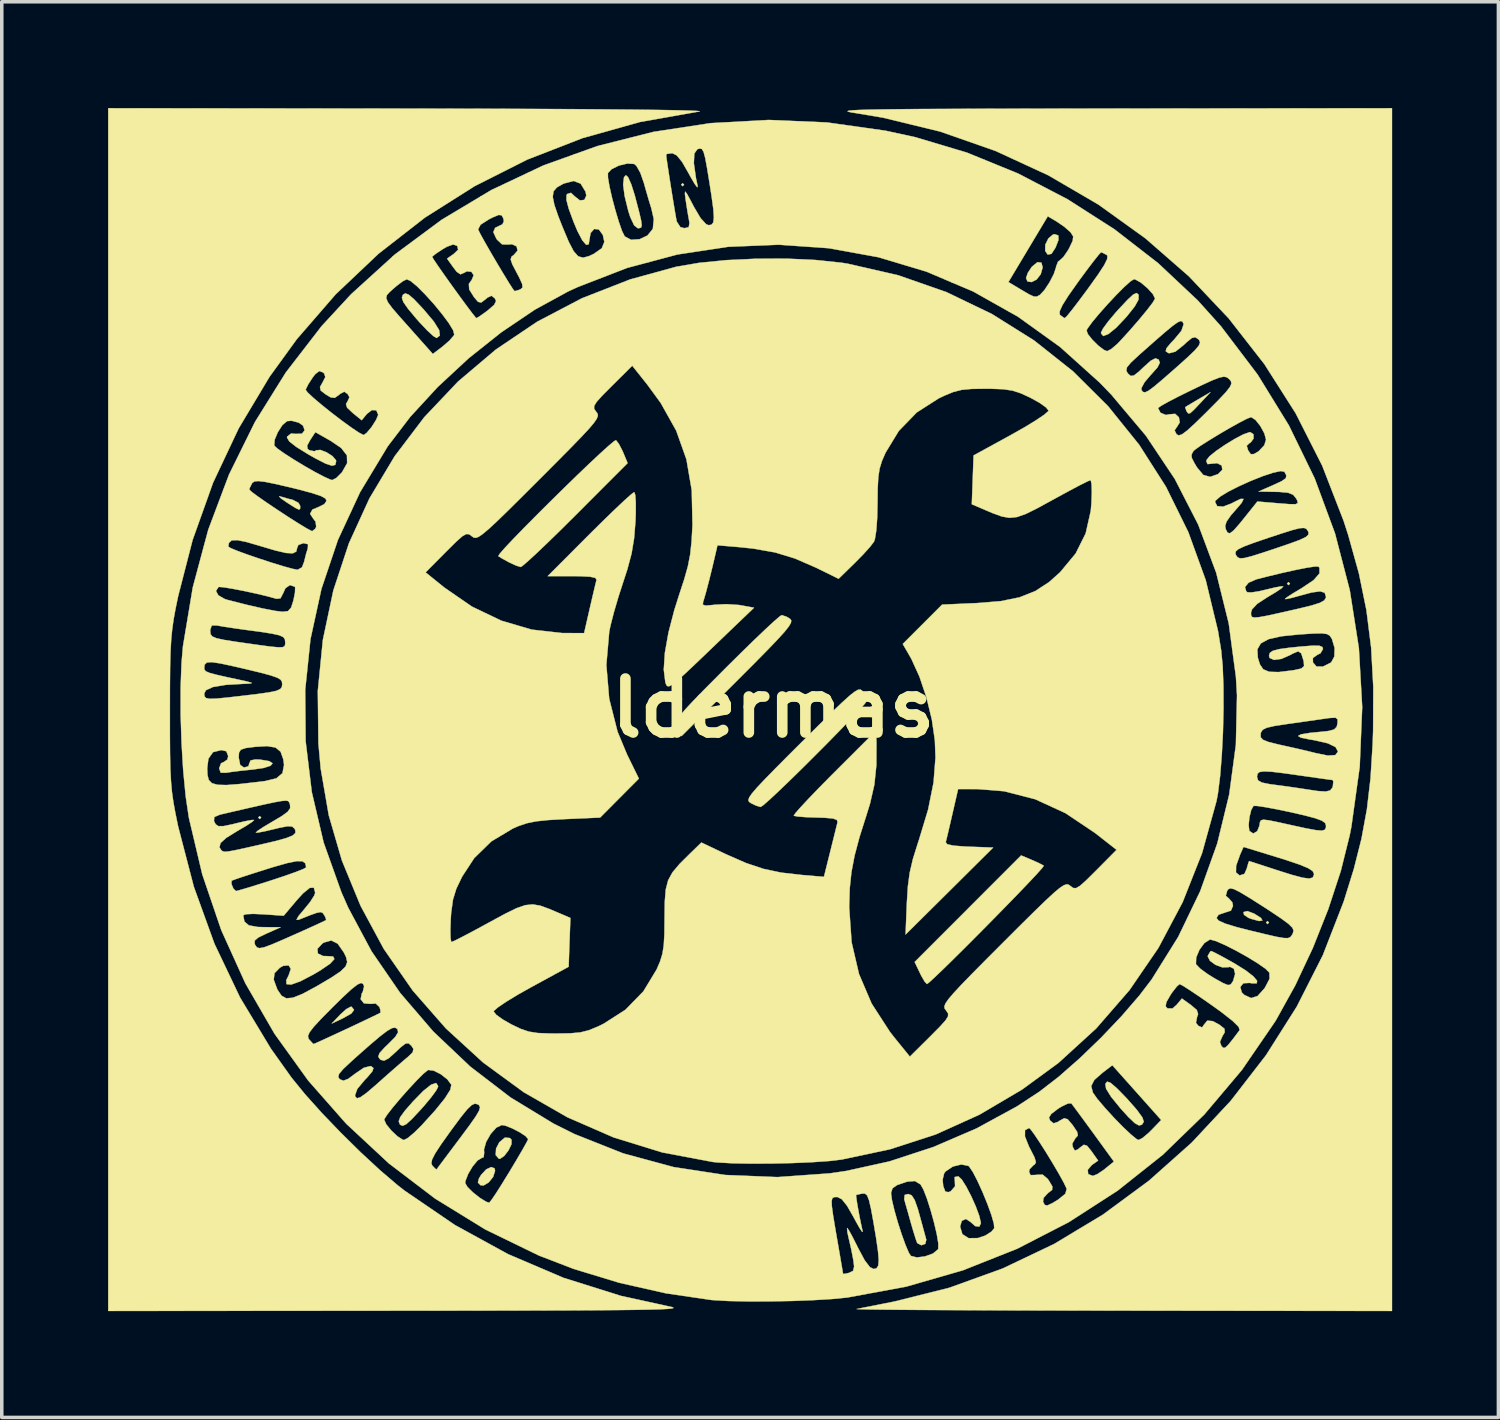
<source format=kicad_pcb>
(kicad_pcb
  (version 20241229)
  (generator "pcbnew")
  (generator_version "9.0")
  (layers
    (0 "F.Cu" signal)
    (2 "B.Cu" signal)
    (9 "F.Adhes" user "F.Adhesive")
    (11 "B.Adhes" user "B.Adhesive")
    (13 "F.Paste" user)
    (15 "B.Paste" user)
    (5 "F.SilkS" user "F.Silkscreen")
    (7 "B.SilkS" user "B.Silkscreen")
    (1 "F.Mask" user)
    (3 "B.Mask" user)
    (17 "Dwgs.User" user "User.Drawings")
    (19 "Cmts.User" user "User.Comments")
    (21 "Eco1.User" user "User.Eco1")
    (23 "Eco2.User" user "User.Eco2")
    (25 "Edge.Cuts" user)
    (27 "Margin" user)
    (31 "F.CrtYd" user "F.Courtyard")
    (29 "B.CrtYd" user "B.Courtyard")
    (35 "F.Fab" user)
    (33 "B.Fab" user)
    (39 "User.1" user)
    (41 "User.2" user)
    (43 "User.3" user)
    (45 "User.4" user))
  (footprint "bhv-soldermask-silk"
    (layer "F.Cu")
    (at 18.124 16.938)
    (property "Reference" "bhv-soldermask-silk" (at 0 0 0) (layer "F.SilkS") (effects (font (size 1.524 1.524) (thickness 0.3))))
    (attr through_hole)
    (fp_poly (pts (xy -13.801 3.09) (xy -13.843 3.133) (xy -13.885 3.09) (xy -13.843 3.048) (xy -13.801 3.09)) (stroke (width 0.01) (type solid)) (fill yes) (layer "F.SilkS"))
    (fp_poly (pts (xy -1.863 -14.774) (xy -1.905 -14.732) (xy -1.947 -14.774) (xy -1.905 -14.817) (xy -1.863 -14.774)) (stroke (width 0.01) (type solid)) (fill yes) (layer "F.SilkS"))
    (fp_poly (pts (xy 14.647 6.054) (xy 14.605 6.096) (xy 14.563 6.054) (xy 14.605 6.011) (xy 14.647 6.054)) (stroke (width 0.01) (type solid)) (fill yes) (layer "F.SilkS"))
    (fp_poly (pts (xy 15.24 -3.514) (xy 15.198 -3.471) (xy 15.155 -3.514) (xy 15.198 -3.556) (xy 15.24 -3.514)) (stroke (width 0.01) (type solid)) (fill yes) (layer "F.SilkS"))
    (fp_poly (pts (xy -11.248 8.432) (xy -11.18 8.52) (xy -11.258 8.623) (xy -11.491 8.753) (xy -11.493 8.755) (xy -11.811 8.905) (xy -11.565 8.647) (xy -11.399 8.497) (xy -11.274 8.43) (xy -11.248 8.432)) (stroke (width 0.01) (type solid)) (fill yes) (layer "F.SilkS"))
    (fp_poly (pts (xy 14.229 5.802) (xy 14.42 5.923) (xy 14.461 5.996) (xy 14.367 6.01) (xy 14.153 5.953) (xy 14.07 5.922) (xy 13.942 5.835) (xy 13.927 5.758) (xy 14.038 5.73) (xy 14.229 5.802)) (stroke (width 0.01) (type solid)) (fill yes) (layer "F.SilkS"))
    (fp_poly (pts (xy 8.222 -12.574) (xy 8.258 -12.441) (xy 8.203 -12.247) (xy 8.089 -12.099) (xy 7.946 -12.026) (xy 7.829 -12.044) (xy 7.789 -12.14) (xy 7.84 -12.287) (xy 7.953 -12.458) (xy 8.111 -12.587) (xy 8.222 -12.574)) (stroke (width 0.01) (type solid)) (fill yes) (layer "F.SilkS"))
    (fp_poly (pts (xy 8.701 -13.341) (xy 8.704 -13.213) (xy 8.622 -13) (xy 8.506 -12.822) (xy 8.4 -12.802) (xy 8.33 -12.905) (xy 8.332 -13.08) (xy 8.42 -13.259) (xy 8.552 -13.369) (xy 8.597 -13.377) (xy 8.701 -13.341)) (stroke (width 0.01) (type solid)) (fill yes) (layer "F.SilkS"))
    (fp_poly (pts (xy -7.214 12.991) (xy -7.199 13.06) (xy -7.254 13.234) (xy -7.379 13.389) (xy -7.525 13.476) (xy -7.613 13.467) (xy -7.684 13.392) (xy -7.654 13.277) (xy -7.59 13.173) (xy -7.449 13.021) (xy -7.309 12.956) (xy -7.214 12.991)) (stroke (width 0.01) (type solid)) (fill yes) (layer "F.SilkS"))
    (fp_poly (pts (xy -6.781 12.136) (xy -6.734 12.187) (xy -6.737 12.312) (xy -6.82 12.484) (xy -6.941 12.641) (xy -7.058 12.722) (xy -7.091 12.722) (xy -7.182 12.616) (xy -7.171 12.434) (xy -7.079 12.255) (xy -6.922 12.124) (xy -6.781 12.136)) (stroke (width 0.01) (type solid)) (fill yes) (layer "F.SilkS"))
    (fp_poly (pts (xy -13.264 -5.975) (xy -13.054 -5.914) (xy -12.904 -5.875) (xy -12.749 -5.794) (xy -12.7 -5.706) (xy -12.703 -5.624) (xy -12.736 -5.603) (xy -12.836 -5.651) (xy -13.037 -5.778) (xy -13.081 -5.807) (xy -13.244 -5.92) (xy -13.297 -5.977) (xy -13.264 -5.975)) (stroke (width 0.01) (type solid)) (fill yes) (layer "F.SilkS"))
    (fp_poly (pts (xy 12.705 -8.608) (xy 12.522 -8.415) (xy 12.422 -8.325) (xy 12.368 -8.317) (xy 12.326 -8.371) (xy 12.316 -8.388) (xy 12.282 -8.486) (xy 12.289 -8.5) (xy 12.374 -8.552) (xy 12.554 -8.659) (xy 12.658 -8.72) (xy 12.996 -8.918) (xy 12.705 -8.608)) (stroke (width 0.01) (type solid)) (fill yes) (layer "F.SilkS"))
    (fp_poly (pts (xy -3.442 -14.982) (xy -3.355 -14.785) (xy -3.258 -14.481) (xy -3.23 -14.375) (xy -3.132 -14.001) (xy -3.076 -13.761) (xy -3.059 -13.625) (xy -3.078 -13.564) (xy -3.133 -13.547) (xy -3.173 -13.547) (xy -3.274 -13.628) (xy -3.382 -13.858) (xy -3.437 -14.027) (xy -3.542 -14.454) (xy -3.584 -14.78) (xy -3.56 -14.984) (xy -3.506 -15.043) (xy -3.442 -14.982)) (stroke (width 0.01) (type solid)) (fill yes) (layer "F.SilkS"))
    (fp_poly (pts (xy -9.637 -11.67) (xy -9.485 -11.539) (xy -9.256 -11.297) (xy -9.212 -11.249) (xy -8.929 -10.912) (xy -8.778 -10.67) (xy -8.758 -10.516) (xy -8.848 -10.448) (xy -8.937 -10.498) (xy -9.105 -10.651) (xy -9.32 -10.877) (xy -9.417 -10.986) (xy -9.653 -11.269) (xy -9.786 -11.458) (xy -9.83 -11.581) (xy -9.802 -11.665) (xy -9.801 -11.667) (xy -9.733 -11.707) (xy -9.637 -11.67)) (stroke (width 0.01) (type solid)) (fill yes) (layer "F.SilkS"))
    (fp_poly (pts (xy -8.808 10.669) (xy -8.808 10.689) (xy -8.863 10.797) (xy -9.007 10.992) (xy -9.213 11.239) (xy -9.298 11.334) (xy -9.541 11.594) (xy -9.701 11.741) (xy -9.804 11.791) (xy -9.875 11.763) (xy -9.887 11.749) (xy -9.919 11.666) (xy -9.877 11.548) (xy -9.746 11.367) (xy -9.517 11.105) (xy -9.225 10.806) (xy -9.004 10.63) (xy -8.862 10.583) (xy -8.808 10.669)) (stroke (width 0.01) (type solid)) (fill yes) (layer "F.SilkS"))
    (fp_poly (pts (xy 10.169 10.574) (xy 10.333 10.713) (xy 10.382 10.76) (xy 10.628 11.013) (xy 10.871 11.287) (xy 10.929 11.357) (xy 11.073 11.556) (xy 11.113 11.677) (xy 11.06 11.76) (xy 11.06 11.76) (xy 10.979 11.781) (xy 10.862 11.718) (xy 10.685 11.551) (xy 10.459 11.303) (xy 10.19 10.973) (xy 10.048 10.744) (xy 10.027 10.61) (xy 10.078 10.544) (xy 10.169 10.574)) (stroke (width 0.01) (type solid)) (fill yes) (layer "F.SilkS"))
    (fp_poly (pts (xy 10.957 -11.681) (xy 10.967 -11.659) (xy 10.964 -11.531) (xy 10.86 -11.342) (xy 10.643 -11.068) (xy 10.605 -11.024) (xy 10.331 -10.735) (xy 10.114 -10.559) (xy 9.969 -10.503) (xy 9.907 -10.576) (xy 9.906 -10.6) (xy 9.96 -10.711) (xy 10.104 -10.908) (xy 10.312 -11.157) (xy 10.406 -11.262) (xy 10.651 -11.523) (xy 10.809 -11.669) (xy 10.904 -11.717) (xy 10.957 -11.681)) (stroke (width 0.01) (type solid)) (fill yes) (layer "F.SilkS"))
    (fp_poly (pts (xy 4.561 13.754) (xy 4.647 13.889) (xy 4.738 14.149) (xy 4.776 14.287) (xy 4.861 14.597) (xy 4.932 14.857) (xy 4.973 15.007) (xy 4.945 15.122) (xy 4.835 15.163) (xy 4.724 15.106) (xy 4.714 15.092) (xy 4.674 14.982) (xy 4.605 14.76) (xy 4.535 14.52) (xy 4.453 14.226) (xy 4.383 13.982) (xy 4.35 13.864) (xy 4.363 13.742) (xy 4.464 13.716) (xy 4.561 13.754)) (stroke (width 0.01) (type solid)) (fill yes) (layer "F.SilkS"))
    (fp_poly (pts (xy 7.948 4.284) (xy 8.152 4.375) (xy 8.278 4.442) (xy 8.289 4.451) (xy 8.242 4.517) (xy 8.093 4.684) (xy 7.86 4.932) (xy 7.562 5.244) (xy 7.217 5.599) (xy 6.844 5.979) (xy 6.461 6.367) (xy 6.087 6.742) (xy 5.739 7.087) (xy 5.437 7.383) (xy 5.199 7.61) (xy 5.044 7.751) (xy 4.991 7.789) (xy 4.927 7.721) (xy 4.828 7.549) (xy 4.794 7.478) (xy 4.645 7.167) (xy 7.65 4.159) (xy 7.948 4.284)) (stroke (width 0.01) (type solid)) (fill yes) (layer "F.SilkS"))
    (fp_poly (pts (xy 1.031 -2.579) (xy 1.128 -2.519) (xy 1.161 -2.476) (xy 1.153 -2.41) (xy 1.094 -2.307) (xy 0.972 -2.153) (xy 0.774 -1.935) (xy 0.489 -1.638) (xy 0.106 -1.249) (xy -0.332 -0.81) (xy -1.937 0.792) (xy -2.043 0.561) (xy -2.072 0.486) (xy -2.078 0.411) (xy -2.047 0.322) (xy -1.967 0.2) (xy -1.825 0.031) (xy -1.608 -0.202) (xy -1.303 -0.515) (xy -0.896 -0.924) (xy -0.673 -1.148) (xy -0.262 -1.555) (xy 0.112 -1.92) (xy 0.432 -2.225) (xy 0.681 -2.455) (xy 0.841 -2.592) (xy 0.893 -2.625) (xy 1.031 -2.579)) (stroke (width 0.01) (type solid)) (fill yes) (layer "F.SilkS"))
    (fp_poly (pts (xy -3.705 -7.459) (xy -3.604 -7.263) (xy -3.583 -7.215) (xy -3.458 -6.916) (xy -4.924 -5.448) (xy -5.333 -5.041) (xy -5.706 -4.678) (xy -6.023 -4.375) (xy -6.27 -4.148) (xy -6.427 -4.013) (xy -6.476 -3.983) (xy -6.604 -4.022) (xy -6.8 -4.113) (xy -6.816 -4.121) (xy -6.999 -4.222) (xy -7.104 -4.287) (xy -7.108 -4.29) (xy -7.066 -4.359) (xy -6.919 -4.527) (xy -6.687 -4.774) (xy -6.388 -5.082) (xy -6.041 -5.432) (xy -5.665 -5.807) (xy -5.278 -6.188) (xy -4.9 -6.556) (xy -4.548 -6.893) (xy -4.242 -7.18) (xy -4 -7.399) (xy -3.841 -7.532) (xy -3.786 -7.563) (xy -3.705 -7.459)) (stroke (width 0.01) (type solid)) (fill yes) (layer "F.SilkS"))
    (fp_poly (pts (xy 3.16 -0.494) (xy 3.179 -0.471) (xy 3.275 -0.307) (xy 3.302 -0.216) (xy 3.244 -0.131) (xy 3.085 0.05) (xy 2.843 0.308) (xy 2.54 0.624) (xy 2.195 0.976) (xy 1.828 1.345) (xy 1.46 1.711) (xy 1.11 2.054) (xy 0.798 2.353) (xy 0.545 2.589) (xy 0.37 2.742) (xy 0.295 2.791) (xy 0.163 2.751) (xy 0.023 2.683) (xy -0.029 2.647) (xy -0.05 2.599) (xy -0.027 2.525) (xy 0.05 2.412) (xy 0.193 2.245) (xy 0.414 2.01) (xy 0.725 1.692) (xy 1.137 1.278) (xy 1.445 0.971) (xy 1.927 0.492) (xy 2.304 0.121) (xy 2.59 -0.153) (xy 2.8 -0.343) (xy 2.947 -0.46) (xy 3.047 -0.517) (xy 3.113 -0.524) (xy 3.16 -0.494)) (stroke (width 0.01) (type solid)) (fill yes) (layer "F.SilkS"))
    (fp_poly (pts (xy 18.119 17.018) (xy 10.477 17.008) (xy 9.361 17.006) (xy 8.296 17.004) (xy 7.297 17.001) (xy 6.373 16.997) (xy 5.536 16.993) (xy 4.799 16.989) (xy 4.172 16.984) (xy 3.668 16.979) (xy 3.298 16.974) (xy 3.072 16.968) (xy 3.004 16.963) (xy 3.006 16.963) (xy 3.157 16.932) (xy 3.431 16.878) (xy 3.785 16.808) (xy 4.064 16.753) (xy 5.622 16.363) (xy 7.131 15.818) (xy 8.58 15.127) (xy 9.959 14.298) (xy 11.256 13.342) (xy 12.463 12.268) (xy 13.568 11.085) (xy 14.56 9.802) (xy 15.43 8.429) (xy 16.167 6.975) (xy 16.756 5.461) (xy 17.042 4.541) (xy 17.257 3.691) (xy 17.411 2.856) (xy 17.513 1.982) (xy 17.573 1.016) (xy 17.586 0.635) (xy 17.591 -0.593) (xy 17.53 -1.711) (xy 17.397 -2.765) (xy 17.184 -3.806) (xy 16.885 -4.879) (xy 16.753 -5.287) (xy 16.148 -6.845) (xy 15.399 -8.323) (xy 14.516 -9.71) (xy 13.509 -11.001) (xy 12.387 -12.187) (xy 11.158 -13.26) (xy 9.833 -14.213) (xy 8.42 -15.038) (xy 6.928 -15.727) (xy 5.368 -16.273) (xy 3.747 -16.667) (xy 2.979 -16.796) (xy 2.853 -16.816) (xy 2.773 -16.834) (xy 2.748 -16.849) (xy 2.786 -16.863) (xy 2.897 -16.875) (xy 3.088 -16.885) (xy 3.369 -16.893) (xy 3.749 -16.9) (xy 4.235 -16.906) (xy 4.837 -16.911) (xy 5.563 -16.914) (xy 6.423 -16.918) (xy 7.424 -16.92) (xy 8.575 -16.922) (xy 9.886 -16.924) (xy 10.139 -16.924) (xy 18.119 -16.933) (xy 18.119 17.018)) (stroke (width 0.01) (type solid)) (fill yes) (layer "F.SilkS"))
    (fp_poly (pts (xy -9.504 -16.923) (xy -8.221 -16.92) (xy -7.024 -16.917) (xy -5.921 -16.912) (xy -4.918 -16.907) (xy -4.025 -16.9) (xy -3.25 -16.893) (xy -2.6 -16.885) (xy -2.084 -16.876) (xy -1.71 -16.866) (xy -1.485 -16.856) (xy -1.419 -16.846) (xy -1.439 -16.841) (xy -3.111 -16.544) (xy -4.731 -16.089) (xy -6.289 -15.484) (xy -7.774 -14.735) (xy -9.178 -13.847) (xy -10.489 -12.826) (xy -11.699 -11.68) (xy -12.796 -10.414) (xy -13.563 -9.356) (xy -14.435 -7.899) (xy -15.159 -6.364) (xy -15.737 -4.746) (xy -16.145 -3.161) (xy -16.217 -2.814) (xy -16.272 -2.513) (xy -16.313 -2.226) (xy -16.342 -1.925) (xy -16.361 -1.578) (xy -16.372 -1.154) (xy -16.377 -0.624) (xy -16.378 0.043) (xy -16.378 0.085) (xy -16.378 0.758) (xy -16.374 1.293) (xy -16.365 1.72) (xy -16.347 2.068) (xy -16.32 2.369) (xy -16.28 2.653) (xy -16.226 2.95) (xy -16.156 3.292) (xy -16.145 3.344) (xy -15.702 5.045) (xy -15.121 6.651) (xy -14.396 8.173) (xy -13.525 9.617) (xy -12.944 10.433) (xy -12.566 10.897) (xy -12.09 11.428) (xy -11.553 11.987) (xy -10.993 12.539) (xy -10.445 13.046) (xy -9.947 13.471) (xy -9.755 13.621) (xy -8.331 14.593) (xy -6.833 15.414) (xy -5.269 16.082) (xy -3.646 16.592) (xy -2.328 16.881) (xy -2.228 16.902) (xy -2.17 16.919) (xy -2.165 16.935) (xy -2.22 16.949) (xy -2.345 16.961) (xy -2.547 16.971) (xy -2.837 16.979) (xy -3.222 16.986) (xy -3.712 16.992) (xy -4.315 16.997) (xy -5.041 17.001) (xy -5.897 17.004) (xy -6.893 17.006) (xy -8.037 17.008) (xy -9.338 17.01) (xy -9.885 17.01) (xy -18.119 17.018) (xy -18.119 -16.933) (xy -9.504 -16.923)) (stroke (width 0.01) (type solid)) (fill yes) (layer "F.SilkS"))
    (fp_poly (pts (xy 1.85 -12.649) (xy 2.581 -12.572) (xy 2.752 -12.545) (xy 4.183 -12.217) (xy 5.544 -11.741) (xy 6.824 -11.125) (xy 8.016 -10.378) (xy 9.113 -9.508) (xy 10.104 -8.523) (xy 10.983 -7.432) (xy 11.741 -6.244) (xy 12.37 -4.967) (xy 12.862 -3.61) (xy 13.207 -2.181) (xy 13.298 -1.624) (xy 13.34 -1.182) (xy 13.361 -0.623) (xy 13.363 0.009) (xy 13.348 0.671) (xy 13.315 1.319) (xy 13.268 1.91) (xy 13.207 2.402) (xy 13.165 2.625) (xy 12.757 4.096) (xy 12.209 5.48) (xy 11.525 6.77) (xy 10.709 7.961) (xy 9.767 9.045) (xy 8.702 10.017) (xy 7.674 10.769) (xy 6.473 11.477) (xy 5.241 12.034) (xy 3.947 12.454) (xy 2.582 12.744) (xy 2.225 12.786) (xy 1.745 12.819) (xy 1.188 12.843) (xy 0.598 12.856) (xy 0.022 12.859) (xy -0.497 12.849) (xy -0.913 12.826) (xy -1.058 12.811) (xy -2.48 12.543) (xy -3.851 12.12) (xy -5.158 11.55) (xy -6.392 10.842) (xy -7.538 10.004) (xy -8.586 9.044) (xy -9.524 7.973) (xy -10.34 6.798) (xy -10.996 5.581) (xy -11.522 4.304) (xy -11.894 3.025) (xy -12.122 1.704) (xy -12.186 0.998) (xy -12.203 -0.484) (xy -12.06 -1.927) (xy -11.765 -3.32) (xy -11.596 -3.831) (xy -9.161 -3.831) (xy -8.625 -3.398) (xy -7.85 -2.864) (xy -7.021 -2.467) (xy -6.164 -2.215) (xy -5.307 -2.119) (xy -5.243 -2.118) (xy -4.686 -2.117) (xy -4.526 -2.815) (xy -4.449 -3.148) (xy -4.384 -3.423) (xy -4.342 -3.594) (xy -4.336 -3.619) (xy -4.367 -3.675) (xy -4.515 -3.708) (xy -4.799 -3.723) (xy -5.009 -3.725) (xy -5.713 -3.725) (xy -4.53 -4.911) (xy -4.163 -5.274) (xy -3.835 -5.592) (xy -3.565 -5.847) (xy -3.372 -6.021) (xy -3.276 -6.095) (xy -3.271 -6.096) (xy -3.242 -6.017) (xy -3.227 -5.804) (xy -3.228 -5.491) (xy -3.236 -5.271) (xy -3.275 -4.791) (xy -3.346 -4.364) (xy -3.466 -3.914) (xy -3.583 -3.556) (xy -3.72 -3.131) (xy -3.845 -2.705) (xy -3.939 -2.338) (xy -3.976 -2.165) (xy -4.058 -1.218) (xy -3.978 -0.266) (xy -3.742 0.665) (xy -3.473 1.312) (xy -3.14 1.99) (xy -3.687 2.54) (xy -4.234 3.09) (xy -5.229 3.134) (xy -5.694 3.16) (xy -6.037 3.196) (xy -6.304 3.25) (xy -6.542 3.331) (xy -6.699 3.4) (xy -7.304 3.762) (xy -7.788 4.235) (xy -8.13 4.759) (xy -8.293 5.098) (xy -8.388 5.408) (xy -8.438 5.77) (xy -8.45 5.946) (xy -8.461 6.255) (xy -8.457 6.486) (xy -8.437 6.599) (xy -8.431 6.604) (xy -8.339 6.565) (xy -8.129 6.459) (xy -7.828 6.301) (xy -7.465 6.104) (xy -7.355 6.044) (xy -6.921 5.809) (xy -6.598 5.65) (xy -6.348 5.563) (xy -6.135 5.541) (xy -5.921 5.578) (xy -5.67 5.669) (xy -5.479 5.75) (xy -5.073 5.924) (xy -5.098 6.612) (xy -5.122 7.301) (xy -6.181 7.878) (xy -6.56 8.091) (xy -6.879 8.285) (xy -7.111 8.442) (xy -7.229 8.543) (xy -7.239 8.563) (xy -7.169 8.655) (xy -6.985 8.788) (xy -6.737 8.93) (xy -6.472 9.056) (xy -6.244 9.133) (xy -5.993 9.172) (xy -5.659 9.185) (xy -5.465 9.186) (xy -5.075 9.18) (xy -4.791 9.154) (xy -4.552 9.094) (xy -4.294 8.987) (xy -4.137 8.911) (xy -3.519 8.515) (xy -3.013 7.996) (xy -2.64 7.381) (xy -2.541 7.15) (xy -2.476 6.939) (xy -2.438 6.699) (xy -2.42 6.386) (xy -2.415 5.952) (xy -2.415 5.927) (xy -2.409 5.462) (xy -2.381 5.121) (xy -2.314 4.861) (xy -2.191 4.636) (xy -1.995 4.403) (xy -1.711 4.12) (xy -1.375 3.795) (xy -0.666 4.132) (xy -0.114 4.374) (xy 0.376 4.538) (xy 0.878 4.644) (xy 1.464 4.711) (xy 2.084 4.763) (xy 2.261 4.054) (xy 2.345 3.716) (xy 2.415 3.434) (xy 2.46 3.253) (xy 2.468 3.222) (xy 2.45 3.157) (xy 2.338 3.116) (xy 2.104 3.096) (xy 1.885 3.089) (xy 1.58 3.079) (xy 1.348 3.061) (xy 1.235 3.04) (xy 1.232 3.038) (xy 1.276 2.969) (xy 1.424 2.8) (xy 1.658 2.549) (xy 1.96 2.235) (xy 2.313 1.878) (xy 2.374 1.817) (xy 3.556 0.637) (xy 3.567 0.975) (xy 3.564 1.612) (xy 3.507 2.163) (xy 3.383 2.703) (xy 3.289 3.006) (xy 3.089 3.638) (xy 2.949 4.164) (xy 2.86 4.632) (xy 2.812 5.089) (xy 2.797 5.585) (xy 2.797 5.63) (xy 2.865 6.61) (xy 3.074 7.507) (xy 3.431 8.342) (xy 3.945 9.136) (xy 4.075 9.303) (xy 4.509 9.838) (xy 5.089 9.263) (xy 5.354 8.995) (xy 5.515 8.817) (xy 5.587 8.701) (xy 5.588 8.618) (xy 5.535 8.539) (xy 5.527 8.53) (xy 5.491 8.48) (xy 5.483 8.421) (xy 5.514 8.338) (xy 5.597 8.218) (xy 5.742 8.047) (xy 5.961 7.811) (xy 6.267 7.496) (xy 6.67 7.089) (xy 7.133 6.625) (xy 7.637 6.122) (xy 8.036 5.728) (xy 8.343 5.431) (xy 8.572 5.218) (xy 8.738 5.079) (xy 8.854 5.002) (xy 8.935 4.974) (xy 8.993 4.985) (xy 9.038 5.019) (xy 9.118 5.077) (xy 9.199 5.083) (xy 9.311 5.018) (xy 9.481 4.867) (xy 9.738 4.613) (xy 9.77 4.581) (xy 10.345 4.001) (xy 9.737 3.525) (xy 8.903 2.966) (xy 8.048 2.573) (xy 7.171 2.347) (xy 6.428 2.287) (xy 5.871 2.286) (xy 5.711 2.985) (xy 5.634 3.317) (xy 5.57 3.591) (xy 5.528 3.76) (xy 5.522 3.785) (xy 5.565 3.843) (xy 5.744 3.883) (xy 6.074 3.908) (xy 6.177 3.912) (xy 6.861 3.937) (xy 5.625 5.165) (xy 4.388 6.392) (xy 4.424 5.503) (xy 4.453 5.036) (xy 4.505 4.647) (xy 4.594 4.264) (xy 4.735 3.813) (xy 4.767 3.717) (xy 5.025 2.863) (xy 5.178 2.101) (xy 5.233 1.394) (xy 5.215 0.908) (xy 5.13 0.324) (xy 4.979 -0.296) (xy 4.78 -0.888) (xy 4.554 -1.384) (xy 4.526 -1.434) (xy 4.309 -1.81) (xy 5.42 -2.921) (xy 6.414 -2.965) (xy 7.073 -3.019) (xy 7.606 -3.127) (xy 8.05 -3.303) (xy 8.445 -3.561) (xy 8.753 -3.838) (xy 9.19 -4.365) (xy 9.472 -4.93) (xy 9.616 -5.568) (xy 9.634 -5.779) (xy 9.645 -6.087) (xy 9.639 -6.318) (xy 9.616 -6.43) (xy 9.609 -6.435) (xy 9.515 -6.396) (xy 9.302 -6.289) (xy 9 -6.129) (xy 8.638 -5.932) (xy 8.534 -5.875) (xy 8.102 -5.639) (xy 7.781 -5.48) (xy 7.532 -5.393) (xy 7.319 -5.371) (xy 7.104 -5.409) (xy 6.851 -5.501) (xy 6.664 -5.58) (xy 6.258 -5.754) (xy 6.283 -6.443) (xy 6.308 -7.132) (xy 7.366 -7.712) (xy 7.745 -7.926) (xy 8.064 -8.121) (xy 8.296 -8.277) (xy 8.414 -8.378) (xy 8.424 -8.398) (xy 8.354 -8.487) (xy 8.17 -8.618) (xy 7.916 -8.759) (xy 7.644 -8.885) (xy 7.408 -8.962) (xy 7.148 -9.001) (xy 6.801 -9.014) (xy 6.645 -9.015) (xy 6.257 -9.01) (xy 5.974 -8.984) (xy 5.735 -8.923) (xy 5.476 -8.816) (xy 5.322 -8.742) (xy 4.704 -8.346) (xy 4.198 -7.825) (xy 3.824 -7.211) (xy 3.721 -6.975) (xy 3.655 -6.759) (xy 3.618 -6.514) (xy 3.601 -6.192) (xy 3.597 -5.8) (xy 3.587 -5.365) (xy 3.561 -5.009) (xy 3.522 -4.769) (xy 3.497 -4.699) (xy 3.389 -4.557) (xy 3.198 -4.344) (xy 2.963 -4.105) (xy 2.948 -4.09) (xy 2.498 -3.651) (xy 1.852 -3.968) (xy 1.27 -4.221) (xy 0.705 -4.394) (xy 0.085 -4.503) (xy -0.309 -4.544) (xy -0.922 -4.596) (xy -0.978 -4.351) (xy -1.067 -3.973) (xy -1.159 -3.6) (xy -1.243 -3.28) (xy -1.307 -3.058) (xy -1.326 -3.001) (xy -1.335 -2.92) (xy -1.255 -2.893) (xy -1.05 -2.911) (xy -1.007 -2.917) (xy -0.67 -2.934) (xy -0.318 -2.911) (xy -0.262 -2.902) (xy 0.111 -2.834) (xy -1.107 -1.666) (xy -1.521 -1.269) (xy -1.83 -0.978) (xy -2.049 -0.78) (xy -2.197 -0.662) (xy -2.29 -0.614) (xy -2.344 -0.623) (xy -2.376 -0.677) (xy -2.394 -0.735) (xy -2.437 -1.086) (xy -2.406 -1.56) (xy -2.305 -2.13) (xy -2.139 -2.769) (xy -2.011 -3.173) (xy -1.859 -3.638) (xy -1.756 -4.006) (xy -1.691 -4.339) (xy -1.653 -4.697) (xy -1.628 -5.143) (xy -1.627 -5.189) (xy -1.648 -6.151) (xy -1.798 -7.022) (xy -2.086 -7.832) (xy -2.522 -8.611) (xy -2.897 -9.125) (xy -3.327 -9.665) (xy -3.905 -9.091) (xy -4.17 -8.825) (xy -4.33 -8.647) (xy -4.402 -8.531) (xy -4.403 -8.448) (xy -4.349 -8.369) (xy -4.341 -8.361) (xy -4.306 -8.311) (xy -4.298 -8.251) (xy -4.329 -8.168) (xy -4.411 -8.048) (xy -4.556 -7.877) (xy -4.776 -7.642) (xy -5.082 -7.327) (xy -5.485 -6.92) (xy -5.948 -6.456) (xy -6.452 -5.953) (xy -6.85 -5.559) (xy -7.157 -5.261) (xy -7.387 -5.049) (xy -7.553 -4.91) (xy -7.669 -4.832) (xy -7.749 -4.805) (xy -7.807 -4.816) (xy -7.853 -4.849) (xy -7.932 -4.908) (xy -8.014 -4.913) (xy -8.126 -4.849) (xy -8.296 -4.698) (xy -8.552 -4.444) (xy -8.585 -4.411) (xy -9.161 -3.831) (xy -11.596 -3.831) (xy -11.324 -4.654) (xy -10.745 -5.92) (xy -10.034 -7.109) (xy -9.198 -8.211) (xy -8.244 -9.218) (xy -7.18 -10.119) (xy -6.012 -10.906) (xy -4.747 -11.569) (xy -3.392 -12.099) (xy -2.091 -12.457) (xy -1.432 -12.57) (xy -0.658 -12.646) (xy 0.18 -12.685) (xy 1.033 -12.687) (xy 1.85 -12.649)) (stroke (width 0.01) (type solid)) (fill yes) (layer "F.SilkS"))
    (fp_poly (pts (xy 2.169 -16.532) (xy 3.82 -16.299) (xy 4.657 -16.117) (xy 6.121 -15.68) (xy 7.563 -15.091) (xy 8.958 -14.365) (xy 10.283 -13.517) (xy 11.516 -12.561) (xy 12.634 -11.51) (xy 13.291 -10.779) (xy 14.325 -9.416) (xy 15.208 -7.981) (xy 15.937 -6.483) (xy 16.511 -4.93) (xy 16.927 -3.331) (xy 17.184 -1.695) (xy 17.278 -0.03) (xy 17.208 1.655) (xy 16.972 3.351) (xy 16.926 3.586) (xy 16.674 4.598) (xy 16.32 5.676) (xy 15.886 6.768) (xy 15.391 7.822) (xy 14.857 8.786) (xy 14.82 8.848) (xy 13.883 10.214) (xy 12.823 11.47) (xy 11.649 12.609) (xy 10.371 13.624) (xy 8.998 14.51) (xy 7.54 15.261) (xy 6.007 15.87) (xy 4.409 16.33) (xy 2.755 16.636) (xy 2.721 16.641) (xy 2.309 16.681) (xy 1.778 16.713) (xy 1.174 16.736) (xy 0.544 16.747) (xy -0.066 16.748) (xy -0.609 16.737) (xy -1.038 16.712) (xy -1.101 16.707) (xy -2.379 16.519) (xy -3.694 16.222) (xy -4.976 15.832) (xy -5.962 15.453) (xy -7.477 14.716) (xy -8.893 13.845) (xy -9.468 13.407) (xy -8.043 13.407) (xy -7.98 13.516) (xy -7.825 13.669) (xy -7.631 13.823) (xy -7.452 13.934) (xy -7.366 13.963) (xy -7.319 13.908) (xy 2.301 13.908) (xy 2.307 14.059) (xy 2.341 14.312) (xy 2.404 14.69) (xy 2.455 14.986) (xy 2.521 15.368) (xy 2.575 15.682) (xy 2.611 15.895) (xy 2.624 15.973) (xy 2.694 15.965) (xy 2.796 15.941) (xy 2.907 15.885) (xy 2.936 15.763) (xy 2.915 15.589) (xy 2.856 15.283) (xy 2.789 14.991) (xy 2.745 14.792) (xy 2.736 14.681) (xy 2.738 14.675) (xy 2.784 14.733) (xy 2.882 14.91) (xy 3.014 15.17) (xy 3.049 15.242) (xy 3.234 15.587) (xy 3.382 15.781) (xy 3.488 15.833) (xy 3.569 15.813) (xy 3.617 15.738) (xy 3.631 15.585) (xy 3.61 15.331) (xy 3.556 14.953) (xy 3.483 14.52) (xy 3.413 14.136) (xy 3.356 13.89) (xy 3.303 13.756) (xy 3.241 13.703) (xy 3.979 13.703) (xy 4.005 13.893) (xy 4.073 14.178) (xy 4.168 14.513) (xy 4.278 14.854) (xy 4.387 15.156) (xy 4.481 15.376) (xy 4.539 15.464) (xy 4.707 15.507) (xy 4.939 15.477) (xy 5.163 15.396) (xy 5.302 15.281) (xy 5.311 15.262) (xy 5.313 15.115) (xy 5.27 14.854) (xy 5.193 14.525) (xy 5.096 14.175) (xy 4.992 13.847) (xy 4.892 13.589) (xy 4.81 13.446) (xy 4.809 13.445) (xy 4.654 13.35) (xy 4.447 13.365) (xy 4.41 13.375) (xy 4.151 13.463) (xy 4.02 13.554) (xy 3.98 13.677) (xy 3.979 13.703) (xy 3.241 13.703) (xy 3.241 13.703) (xy 3.171 13.703) (xy 3.029 13.733) (xy 2.991 13.745) (xy 2.998 13.828) (xy 3.028 14.023) (xy 3.074 14.276) (xy 3.125 14.535) (xy 3.171 14.745) (xy 3.178 14.774) (xy 3.164 14.787) (xy 3.088 14.673) (xy 2.966 14.455) (xy 2.922 14.372) (xy 2.736 14.048) (xy 2.589 13.864) (xy 2.465 13.801) (xy 2.454 13.801) (xy 2.375 13.804) (xy 2.324 13.831) (xy 2.301 13.908) (xy -7.319 13.908) (xy -7.309 13.896) (xy -7.183 13.712) (xy -7.008 13.437) (xy -6.931 13.311) (xy 5.434 13.311) (xy 5.451 13.493) (xy 5.51 13.648) (xy 5.603 13.664) (xy 5.667 13.634) (xy 5.785 13.498) (xy 5.78 13.37) (xy 5.773 13.237) (xy 5.872 13.219) (xy 5.882 13.221) (xy 5.974 13.306) (xy 6.1 13.506) (xy 6.239 13.774) (xy 6.369 14.064) (xy 6.468 14.331) (xy 6.514 14.53) (xy 6.515 14.541) (xy 6.469 14.637) (xy 6.353 14.622) (xy 6.224 14.507) (xy 6.092 14.42) (xy 5.975 14.474) (xy 5.927 14.635) (xy 5.992 14.851) (xy 6.17 14.963) (xy 6.432 14.96) (xy 6.638 14.89) (xy 6.81 14.78) (xy 6.891 14.683) (xy 6.881 14.55) (xy 6.811 14.308) (xy 6.699 13.999) (xy 6.563 13.666) (xy 6.42 13.351) (xy 6.288 13.096) (xy 6.184 12.942) (xy 6.161 12.922) (xy 5.962 12.882) (xy 5.723 12.941) (xy 5.523 13.075) (xy 5.478 13.131) (xy 5.434 13.311) (xy -6.931 13.311) (xy -6.801 13.101) (xy -6.795 13.09) (xy -6.59 12.748) (xy -6.422 12.46) (xy -6.308 12.257) (xy -6.265 12.168) (xy -6.265 12.167) (xy -6.335 12.084) (xy -6.505 11.972) (xy -6.717 11.862) (xy -6.914 11.786) (xy -7.008 11.769) (xy -7.162 11.841) (xy -7.322 12.019) (xy -7.451 12.245) (xy -7.513 12.462) (xy -7.507 12.546) (xy -7.52 12.675) (xy -7.579 12.7) (xy -7.693 12.769) (xy -7.833 12.938) (xy -7.959 13.149) (xy -8.035 13.346) (xy -8.043 13.407) (xy -9.468 13.407) (xy -10.199 12.851) (xy -8.998 12.851) (xy -8.97 12.917) (xy -8.877 13.01) (xy -8.849 13.02) (xy -8.795 12.947) (xy -8.659 12.765) (xy -8.461 12.501) (xy -8.22 12.18) (xy -8.184 12.132) (xy -7.918 11.774) (xy -7.744 11.526) (xy -7.65 11.364) (xy -7.624 11.266) (xy -7.653 11.208) (xy -7.69 11.184) (xy -7.768 11.165) (xy -7.86 11.206) (xy -7.985 11.325) (xy -8.162 11.543) (xy -8.411 11.879) (xy -8.46 11.946) (xy -8.721 12.312) (xy -8.889 12.569) (xy -8.977 12.741) (xy -8.998 12.851) (xy -10.199 12.851) (xy -10.201 12.849) (xy -11.397 11.736) (xy -11.501 11.619) (xy -10.329 11.619) (xy -10.27 11.751) (xy -10.127 11.926) (xy -9.954 12.088) (xy -9.805 12.184) (xy -9.769 12.192) (xy -9.66 12.134) (xy -9.48 11.983) (xy -9.284 11.79) (xy -8.893 11.36) (xy -8.618 11.019) (xy -8.463 10.775) (xy -8.433 10.633) (xy -8.433 10.633) (xy -8.545 10.481) (xy -8.731 10.335) (xy -8.93 10.234) (xy -9.083 10.214) (xy -9.099 10.221) (xy -9.221 10.32) (xy -9.409 10.508) (xy -9.636 10.751) (xy -9.87 11.015) (xy -10.082 11.267) (xy -10.244 11.474) (xy -10.325 11.602) (xy -10.329 11.619) (xy -11.501 11.619) (xy -12.474 10.514) (xy -12.543 10.418) (xy -11.626 10.418) (xy -11.584 10.477) (xy -11.481 10.518) (xy -11.345 10.466) (xy -11.147 10.318) (xy -10.901 10.152) (xy -10.719 10.106) (xy -10.694 10.112) (xy -10.632 10.163) (xy -10.665 10.256) (xy -10.805 10.422) (xy -10.877 10.496) (xy -11.088 10.749) (xy -11.152 10.928) (xy -11.145 10.967) (xy -11.097 11.014) (xy -11.002 10.986) (xy -10.836 10.869) (xy -10.578 10.65) (xy -10.489 10.57) (xy -10.198 10.312) (xy -9.929 10.077) (xy -9.725 9.901) (xy -9.666 9.853) (xy -9.524 9.718) (xy -9.505 9.618) (xy -9.562 9.531) (xy -9.642 9.46) (xy -9.73 9.471) (xy -9.869 9.579) (xy -10 9.704) (xy -10.201 9.885) (xy -10.332 9.953) (xy -10.43 9.927) (xy -10.445 9.915) (xy -10.497 9.84) (xy -10.462 9.741) (xy -10.321 9.584) (xy -10.216 9.484) (xy -10.016 9.282) (xy -9.936 9.15) (xy -9.957 9.061) (xy -9.966 9.051) (xy -10.025 9.019) (xy -10.111 9.034) (xy -10.243 9.11) (xy -10.438 9.258) (xy -10.715 9.492) (xy -11.091 9.824) (xy -11.25 9.967) (xy -11.484 10.186) (xy -11.604 10.327) (xy -11.626 10.418) (xy -12.543 10.418) (xy -13.379 9.256) (xy -12.481 9.256) (xy -12.465 9.33) (xy -12.451 9.35) (xy -12.353 9.458) (xy -12.32 9.483) (xy -12.241 9.449) (xy -12.038 9.357) (xy -11.743 9.221) (xy -11.386 9.055) (xy -11.378 9.052) (xy -11.02 8.883) (xy -10.722 8.741) (xy -10.517 8.642) (xy -10.433 8.598) (xy -10.433 8.598) (xy -10.439 8.512) (xy -10.463 8.437) (xy -10.567 8.339) (xy -10.718 8.349) (xy -10.901 8.334) (xy -10.994 8.217) (xy -10.961 8.052) (xy -10.936 8.018) (xy -10.896 7.854) (xy -10.925 7.786) (xy -10.982 7.758) (xy -11.086 7.804) (xy -11.257 7.938) (xy -11.51 8.173) (xy -11.782 8.44) (xy -12.102 8.764) (xy -12.315 8.994) (xy -12.436 9.151) (xy -12.481 9.256) (xy -13.379 9.256) (xy -13.426 9.19) (xy -14.246 7.772) (xy -14.295 7.665) (xy -13.448 7.665) (xy -13.352 7.926) (xy -13.333 7.963) (xy -13.226 8.12) (xy -13.093 8.192) (xy -12.906 8.176) (xy -12.638 8.069) (xy -12.264 7.868) (xy -12.196 7.829) (xy -11.812 7.602) (xy -11.559 7.432) (xy -11.419 7.295) (xy -11.373 7.169) (xy -11.404 7.029) (xy -11.467 6.899) (xy -11.642 6.649) (xy -11.822 6.559) (xy -12.031 6.618) (xy -12.074 6.645) (xy -12.213 6.794) (xy -12.202 6.927) (xy -12.054 6.998) (xy -11.962 7) (xy -11.77 7.012) (xy -11.736 7.084) (xy -11.856 7.216) (xy -12.132 7.404) (xy -12.33 7.521) (xy -12.7 7.714) (xy -12.954 7.804) (xy -13.087 7.792) (xy -13.093 7.678) (xy -13.027 7.547) (xy -12.964 7.361) (xy -13.027 7.261) (xy -13.183 7.277) (xy -13.275 7.329) (xy -13.424 7.481) (xy -13.448 7.665) (xy -14.295 7.665) (xy -14.928 6.268) (xy -15.072 5.846) (xy -14.309 5.846) (xy -14.274 6.028) (xy -14.148 6.133) (xy -13.902 6.178) (xy -13.728 6.183) (xy -13.25 6.186) (xy -13.65 6.363) (xy -13.883 6.476) (xy -13.985 6.563) (xy -13.985 6.656) (xy -13.967 6.694) (xy -13.922 6.754) (xy -13.85 6.777) (xy -13.725 6.754) (xy -13.518 6.679) (xy -13.202 6.544) (xy -12.935 6.426) (xy -12.57 6.263) (xy -12.267 6.126) (xy -12.056 6.028) (xy -11.968 5.984) (xy -11.967 5.984) (xy -11.987 5.907) (xy -12.023 5.841) (xy -12.066 5.781) (xy -12.125 5.758) (xy -12.234 5.779) (xy -12.43 5.849) (xy -12.742 5.974) (xy -12.805 5.974) (xy -12.748 5.871) (xy -12.594 5.688) (xy -12.419 5.472) (xy -12.303 5.29) (xy -12.277 5.212) (xy -12.315 5.068) (xy -12.431 5.075) (xy -12.623 5.232) (xy -12.8 5.427) (xy -13.166 5.861) (xy -13.737 5.821) (xy -14.023 5.809) (xy -14.228 5.818) (xy -14.309 5.845) (xy -14.309 5.846) (xy -15.072 5.846) (xy -15.371 4.968) (xy -14.64 4.968) (xy -14.584 5.099) (xy -14.512 5.165) (xy -14.512 5.165) (xy -14.415 5.14) (xy -14.189 5.074) (xy -13.87 4.975) (xy -13.494 4.856) (xy -13.121 4.732) (xy -12.815 4.623) (xy -12.609 4.541) (xy -12.532 4.496) (xy -12.532 4.496) (xy -12.556 4.382) (xy -12.636 4.323) (xy -12.796 4.32) (xy -13.059 4.373) (xy -13.448 4.483) (xy -13.635 4.541) (xy -14.013 4.661) (xy -14.328 4.763) (xy -14.547 4.838) (xy -14.637 4.873) (xy -14.637 4.874) (xy -14.64 4.968) (xy -15.371 4.968) (xy -15.466 4.687) (xy -15.82 3.19) (xy -15.134 3.19) (xy -15.086 3.28) (xy -15.011 3.332) (xy -14.86 3.331) (xy -14.596 3.275) (xy -14.525 3.257) (xy -14.259 3.194) (xy -14.069 3.159) (xy -14.001 3.158) (xy -14.054 3.21) (xy -14.22 3.32) (xy -14.465 3.464) (xy -14.479 3.472) (xy -14.787 3.662) (xy -14.949 3.809) (xy -14.979 3.93) (xy -14.93 4.008) (xy -14.893 4.039) (xy -14.84 4.055) (xy -14.743 4.049) (xy -14.571 4.019) (xy -14.295 3.96) (xy -13.887 3.868) (xy -13.843 3.858) (xy -13.395 3.753) (xy -13.093 3.669) (xy -12.913 3.597) (xy -12.836 3.526) (xy -12.838 3.445) (xy -12.861 3.4) (xy -12.929 3.342) (xy -13.058 3.335) (xy -13.29 3.38) (xy -13.429 3.414) (xy -13.696 3.477) (xy -13.887 3.513) (xy -13.954 3.515) (xy -13.901 3.464) (xy -13.736 3.355) (xy -13.511 3.221) (xy -13.219 3.048) (xy -13.051 2.925) (xy -12.983 2.825) (xy -12.988 2.723) (xy -13.001 2.686) (xy -13.018 2.647) (xy -13.047 2.621) (xy -13.11 2.612) (xy -13.226 2.622) (xy -13.416 2.656) (xy -13.699 2.716) (xy -14.097 2.806) (xy -14.629 2.929) (xy -14.965 3.007) (xy -15.126 3.075) (xy -15.134 3.19) (xy -15.82 3.19) (xy -15.843 3.092) (xy -15.932 2.494) (xy -16.001 1.777) (xy -16.007 1.693) (xy -15.325 1.693) (xy -15.317 1.888) (xy -15.281 2.029) (xy -15.194 2.119) (xy -15.033 2.165) (xy -14.778 2.172) (xy -14.406 2.143) (xy -13.896 2.085) (xy -13.692 2.06) (xy -13.374 1.983) (xy -13.201 1.838) (xy -13.156 1.604) (xy -13.178 1.443) (xy -13.253 1.231) (xy -13.395 1.113) (xy -13.637 1.073) (xy -13.97 1.093) (xy -14.236 1.127) (xy -14.375 1.173) (xy -14.428 1.259) (xy -14.436 1.396) (xy -14.394 1.605) (xy -14.287 1.677) (xy -14.162 1.644) (xy -14.139 1.567) (xy -14.1 1.476) (xy -13.957 1.449) (xy -13.828 1.455) (xy -13.575 1.497) (xy -13.48 1.558) (xy -13.534 1.626) (xy -13.728 1.689) (xy -14.029 1.733) (xy -14.353 1.766) (xy -14.633 1.801) (xy -14.796 1.826) (xy -14.943 1.824) (xy -14.986 1.708) (xy -14.986 1.695) (xy -14.933 1.556) (xy -14.859 1.524) (xy -14.756 1.453) (xy -14.732 1.355) (xy -14.786 1.218) (xy -14.927 1.185) (xy -15.161 1.244) (xy -15.291 1.428) (xy -15.325 1.693) (xy -16.007 1.693) (xy -16.049 0.992) (xy -16.075 0.186) (xy -16.075 -0.589) (xy -16.055 -1.14) (xy -15.409 -1.14) (xy -15.402 -1.082) (xy -15.361 -1.037) (xy -15.257 -0.993) (xy -15.063 -0.941) (xy -14.75 -0.87) (xy -14.478 -0.812) (xy -14.197 -0.75) (xy -14.07 -0.714) (xy -14.084 -0.695) (xy -14.226 -0.687) (xy -14.276 -0.686) (xy -14.801 -0.656) (xy -15.162 -0.596) (xy -15.362 -0.504) (xy -15.409 -0.412) (xy -15.402 -0.334) (xy -15.361 -0.285) (xy -15.26 -0.263) (xy -15.071 -0.268) (xy -14.766 -0.297) (xy -14.357 -0.344) (xy -13.897 -0.399) (xy -13.58 -0.444) (xy -13.378 -0.486) (xy -13.316 -0.512) (xy -12.559 -0.512) (xy -12.547 0.931) (xy -12.373 2.37) (xy -12.038 3.796) (xy -11.538 5.196) (xy -11.347 5.63) (xy -10.685 6.867) (xy -9.879 8.04) (xy -8.944 9.129) (xy -7.9 10.119) (xy -6.764 10.99) (xy -5.552 11.727) (xy -4.953 12.026) (xy -3.579 12.571) (xy -2.158 12.956) (xy -0.704 13.179) (xy 0.771 13.239) (xy 2.252 13.133) (xy 2.709 13.066) (xy 3.933 12.796) (xy 5.175 12.389) (xy 5.869 12.09) (xy 7.758 12.09) (xy 7.87 12.373) (xy 7.907 12.444) (xy 8.029 12.684) (xy 8.068 12.819) (xy 8.031 12.886) (xy 8.001 12.9) (xy 7.889 13.017) (xy 7.874 13.088) (xy 7.915 13.183) (xy 8.062 13.179) (xy 8.083 13.174) (xy 8.259 13.17) (xy 8.398 13.287) (xy 8.44 13.347) (xy 8.534 13.508) (xy 8.524 13.6) (xy 8.405 13.693) (xy 8.283 13.826) (xy 8.269 13.934) (xy 8.317 14.025) (xy 8.39 14.04) (xy 8.533 13.973) (xy 8.695 13.875) (xy 8.898 13.711) (xy 8.937 13.571) (xy 8.936 13.568) (xy 8.855 13.397) (xy 8.716 13.145) (xy 8.54 12.846) (xy 8.351 12.536) (xy 8.167 12.248) (xy 8.012 12.017) (xy 7.907 11.878) (xy 7.876 11.853) (xy 7.76 11.914) (xy 7.758 12.09) (xy 5.869 12.09) (xy 6.39 11.866) (xy 6.95 11.561) (xy 8.435 11.561) (xy 8.471 11.647) (xy 8.567 11.721) (xy 8.687 11.681) (xy 8.744 11.643) (xy 8.867 11.577) (xy 8.965 11.607) (xy 9.092 11.756) (xy 9.114 11.785) (xy 9.233 11.964) (xy 9.251 12.067) (xy 9.18 12.144) (xy 9.093 12.298) (xy 9.108 12.388) (xy 9.164 12.489) (xy 9.247 12.461) (xy 9.315 12.403) (xy 9.422 12.326) (xy 9.51 12.353) (xy 9.632 12.502) (xy 9.644 12.52) (xy 9.824 12.773) (xy 9.644 12.899) (xy 9.531 13.034) (xy 9.543 13.155) (xy 9.674 13.205) (xy 9.678 13.205) (xy 9.806 13.153) (xy 9.99 13.029) (xy 10.024 13.001) (xy 10.27 12.801) (xy 9.695 12.009) (xy 9.463 11.691) (xy 9.265 11.422) (xy 9.125 11.233) (xy 9.066 11.156) (xy 8.97 11.162) (xy 8.791 11.248) (xy 8.691 11.311) (xy 8.499 11.457) (xy 8.435 11.561) (xy 6.95 11.561) (xy 7.53 11.245) (xy 8.17 10.825) (xy 8.372 10.669) (xy 9.628 10.669) (xy 9.675 10.852) (xy 9.797 11.026) (xy 10.026 11.295) (xy 10.281 11.574) (xy 10.533 11.831) (xy 10.753 12.038) (xy 10.91 12.166) (xy 10.966 12.192) (xy 11.076 12.136) (xy 11.247 11.993) (xy 11.331 11.91) (xy 11.604 11.628) (xy 10.915 10.855) (xy 10.225 10.082) (xy 9.946 10.295) (xy 9.715 10.498) (xy 9.628 10.669) (xy 8.372 10.669) (xy 8.712 10.406) (xy 9.304 9.885) (xy 9.909 9.302) (xy 10.484 8.697) (xy 10.724 8.419) (xy 11.73 8.419) (xy 11.782 8.477) (xy 11.925 8.478) (xy 12.042 8.374) (xy 12.188 8.198) (xy 12.444 8.381) (xy 12.609 8.522) (xy 12.646 8.638) (xy 12.617 8.717) (xy 12.585 8.882) (xy 12.65 8.968) (xy 12.758 9.014) (xy 12.814 8.934) (xy 12.906 8.822) (xy 13.062 8.837) (xy 13.252 8.941) (xy 13.39 9.051) (xy 13.398 9.151) (xy 13.336 9.253) (xy 13.261 9.425) (xy 13.305 9.54) (xy 13.354 9.589) (xy 13.408 9.588) (xy 13.49 9.514) (xy 13.626 9.346) (xy 13.819 9.089) (xy 13.79 8.997) (xy 13.619 8.829) (xy 13.304 8.582) (xy 13.039 8.391) (xy 12.708 8.16) (xy 12.426 7.971) (xy 12.223 7.841) (xy 12.127 7.791) (xy 12.126 7.79) (xy 12.047 7.856) (xy 11.92 8.018) (xy 11.866 8.098) (xy 11.749 8.302) (xy 11.73 8.419) (xy 10.724 8.419) (xy 10.991 8.11) (xy 11.333 7.662) (xy 11.61 7.219) (xy 12.585 7.219) (xy 12.595 7.241) (xy 12.707 7.356) (xy 12.917 7.509) (xy 13.106 7.626) (xy 13.349 7.761) (xy 13.488 7.818) (xy 13.565 7.803) (xy 13.623 7.72) (xy 13.635 7.698) (xy 13.691 7.503) (xy 13.655 7.355) (xy 13.545 7.303) (xy 13.498 7.314) (xy 13.329 7.318) (xy 13.137 7.247) (xy 12.981 7.133) (xy 12.918 7.011) (xy 12.924 6.984) (xy 12.989 6.873) (xy 13.016 6.858) (xy 13.104 6.897) (xy 13.302 7.001) (xy 13.574 7.151) (xy 13.684 7.214) (xy 13.992 7.406) (xy 14.205 7.572) (xy 14.312 7.698) (xy 14.301 7.769) (xy 14.16 7.769) (xy 14.106 7.757) (xy 13.921 7.767) (xy 13.837 7.874) (xy 13.878 8.025) (xy 13.947 8.095) (xy 14.142 8.185) (xy 14.323 8.129) (xy 14.514 7.918) (xy 14.536 7.885) (xy 14.663 7.642) (xy 14.658 7.471) (xy 14.653 7.462) (xy 14.543 7.353) (xy 14.323 7.2) (xy 14.034 7.023) (xy 13.716 6.846) (xy 13.41 6.691) (xy 13.156 6.579) (xy 12.994 6.534) (xy 12.976 6.535) (xy 12.823 6.632) (xy 12.684 6.821) (xy 12.592 7.039) (xy 12.585 7.219) (xy 11.61 7.219) (xy 12.084 6.458) (xy 12.341 5.925) (xy 13.166 5.925) (xy 13.225 5.999) (xy 13.413 6.084) (xy 13.744 6.185) (xy 14.097 6.275) (xy 14.545 6.383) (xy 14.857 6.455) (xy 15.06 6.49) (xy 15.182 6.493) (xy 15.251 6.464) (xy 15.295 6.406) (xy 15.32 6.358) (xy 15.341 6.283) (xy 15.308 6.2) (xy 15.199 6.092) (xy 14.995 5.941) (xy 14.677 5.728) (xy 14.478 5.599) (xy 14.097 5.357) (xy 13.833 5.198) (xy 13.661 5.111) (xy 13.557 5.087) (xy 13.496 5.114) (xy 13.465 5.159) (xy 13.428 5.299) (xy 13.506 5.365) (xy 13.61 5.48) (xy 13.631 5.58) (xy 13.573 5.717) (xy 13.399 5.773) (xy 13.221 5.834) (xy 13.166 5.925) (xy 12.341 5.925) (xy 12.704 5.171) (xy 12.894 4.64) (xy 13.715 4.64) (xy 13.817 4.722) (xy 13.819 4.723) (xy 13.953 4.68) (xy 14.018 4.535) (xy 14.063 4.375) (xy 14.085 4.319) (xy 14.165 4.344) (xy 14.37 4.41) (xy 14.665 4.506) (xy 14.859 4.57) (xy 15.294 4.707) (xy 15.594 4.787) (xy 15.782 4.812) (xy 15.881 4.784) (xy 15.916 4.706) (xy 15.917 4.678) (xy 15.88 4.601) (xy 15.755 4.519) (xy 15.521 4.421) (xy 15.154 4.297) (xy 14.922 4.224) (xy 13.928 3.918) (xy 13.83 4.139) (xy 13.719 4.449) (xy 13.715 4.64) (xy 12.894 4.64) (xy 13.186 3.824) (xy 13.314 3.301) (xy 14.072 3.301) (xy 14.09 3.458) (xy 14.096 3.47) (xy 14.204 3.54) (xy 14.315 3.475) (xy 14.378 3.317) (xy 14.391 3.225) (xy 14.418 3.17) (xy 14.489 3.15) (xy 14.635 3.166) (xy 14.886 3.217) (xy 15.271 3.302) (xy 15.278 3.304) (xy 15.693 3.394) (xy 15.97 3.445) (xy 16.137 3.459) (xy 16.222 3.436) (xy 16.253 3.376) (xy 16.256 3.316) (xy 16.231 3.243) (xy 16.139 3.177) (xy 15.954 3.109) (xy 15.651 3.029) (xy 15.265 2.94) (xy 14.875 2.858) (xy 14.546 2.797) (xy 14.313 2.762) (xy 14.21 2.76) (xy 14.145 2.875) (xy 14.095 3.08) (xy 14.072 3.301) (xy 13.314 3.301) (xy 13.524 2.438) (xy 13.591 1.941) (xy 14.309 1.941) (xy 14.337 2.039) (xy 14.446 2.102) (xy 14.673 2.148) (xy 14.796 2.164) (xy 15.15 2.211) (xy 15.508 2.263) (xy 15.663 2.287) (xy 16.02 2.341) (xy 16.244 2.355) (xy 16.371 2.326) (xy 16.434 2.25) (xy 16.45 2.201) (xy 16.463 2.065) (xy 16.439 2.029) (xy 16.336 2.017) (xy 16.105 1.985) (xy 15.783 1.939) (xy 15.536 1.904) (xy 15.059 1.837) (xy 14.724 1.797) (xy 14.506 1.786) (xy 14.381 1.804) (xy 14.324 1.852) (xy 14.309 1.931) (xy 14.309 1.941) (xy 13.591 1.941) (xy 13.712 1.037) (xy 13.719 0.731) (xy 14.41 0.731) (xy 14.414 0.826) (xy 14.478 0.895) (xy 14.634 0.957) (xy 14.915 1.027) (xy 15.045 1.056) (xy 15.397 1.134) (xy 15.716 1.208) (xy 15.94 1.264) (xy 15.96 1.269) (xy 16.306 1.34) (xy 16.52 1.326) (xy 16.595 1.228) (xy 16.595 1.226) (xy 16.525 1.099) (xy 16.308 0.994) (xy 15.935 0.908) (xy 15.8 0.886) (xy 15.55 0.836) (xy 15.468 0.787) (xy 15.551 0.741) (xy 15.799 0.7) (xy 16.03 0.677) (xy 16.32 0.647) (xy 16.482 0.605) (xy 16.556 0.532) (xy 16.58 0.438) (xy 16.585 0.318) (xy 16.526 0.271) (xy 16.36 0.279) (xy 16.242 0.295) (xy 15.981 0.333) (xy 15.621 0.384) (xy 15.232 0.439) (xy 15.155 0.45) (xy 14.802 0.504) (xy 14.584 0.554) (xy 14.467 0.612) (xy 14.418 0.691) (xy 14.41 0.731) (xy 13.719 0.731) (xy 13.744 -0.357) (xy 13.713 -0.885) (xy 13.609 -1.656) (xy 14.318 -1.656) (xy 14.331 -1.424) (xy 14.391 -1.233) (xy 14.484 -1.095) (xy 14.651 -1.025) (xy 14.92 -1.017) (xy 15.32 -1.066) (xy 15.352 -1.071) (xy 15.559 -1.117) (xy 15.637 -1.186) (xy 15.627 -1.319) (xy 15.62 -1.345) (xy 15.557 -1.546) (xy 15.471 -1.603) (xy 15.313 -1.537) (xy 15.245 -1.498) (xy 14.998 -1.389) (xy 14.791 -1.36) (xy 14.666 -1.415) (xy 14.647 -1.476) (xy 14.67 -1.558) (xy 14.758 -1.618) (xy 14.937 -1.665) (xy 15.237 -1.706) (xy 15.557 -1.738) (xy 15.88 -1.763) (xy 16.068 -1.76) (xy 16.154 -1.725) (xy 16.171 -1.669) (xy 16.101 -1.548) (xy 16.007 -1.501) (xy 15.886 -1.413) (xy 15.888 -1.289) (xy 15.988 -1.174) (xy 16.17 -1.172) (xy 16.389 -1.281) (xy 16.404 -1.293) (xy 16.492 -1.456) (xy 16.499 -1.698) (xy 16.424 -1.95) (xy 16.416 -1.964) (xy 16.363 -2.044) (xy 16.282 -2.091) (xy 16.14 -2.11) (xy 15.901 -2.105) (xy 15.53 -2.081) (xy 15.506 -2.08) (xy 14.994 -2.027) (xy 14.635 -1.946) (xy 14.415 -1.826) (xy 14.318 -1.656) (xy 13.609 -1.656) (xy 13.511 -2.389) (xy 13.257 -3.416) (xy 13.969 -3.416) (xy 14.004 -3.297) (xy 14.04 -3.269) (xy 14.155 -3.265) (xy 14.376 -3.3) (xy 14.566 -3.345) (xy 14.82 -3.406) (xy 14.998 -3.437) (xy 15.051 -3.435) (xy 14.999 -3.381) (xy 14.836 -3.271) (xy 14.61 -3.136) (xy 14.315 -2.944) (xy 14.166 -2.785) (xy 14.139 -2.693) (xy 14.142 -2.621) (xy 14.165 -2.575) (xy 14.232 -2.556) (xy 14.367 -2.567) (xy 14.594 -2.608) (xy 14.936 -2.683) (xy 15.418 -2.792) (xy 15.473 -2.805) (xy 15.847 -2.896) (xy 16.083 -2.971) (xy 16.209 -3.041) (xy 16.254 -3.119) (xy 16.256 -3.143) (xy 16.219 -3.256) (xy 16.091 -3.296) (xy 15.852 -3.264) (xy 15.533 -3.178) (xy 15.294 -3.112) (xy 15.134 -3.078) (xy 15.097 -3.078) (xy 15.153 -3.128) (xy 15.32 -3.237) (xy 15.565 -3.383) (xy 15.579 -3.392) (xy 15.907 -3.612) (xy 16.072 -3.801) (xy 16.072 -3.958) (xy 16.042 -3.996) (xy 15.943 -3.997) (xy 15.713 -3.962) (xy 15.384 -3.897) (xy 14.986 -3.808) (xy 14.553 -3.703) (xy 14.287 -3.634) (xy 14.07 -3.539) (xy 13.969 -3.416) (xy 13.257 -3.416) (xy 13.157 -3.82) (xy 12.957 -4.355) (xy 13.7 -4.355) (xy 13.717 -4.317) (xy 13.76 -4.256) (xy 13.829 -4.227) (xy 13.95 -4.236) (xy 14.152 -4.286) (xy 14.463 -4.384) (xy 14.816 -4.501) (xy 15.235 -4.644) (xy 15.517 -4.748) (xy 15.683 -4.827) (xy 15.758 -4.893) (xy 15.764 -4.958) (xy 15.747 -4.996) (xy 15.704 -5.058) (xy 15.635 -5.086) (xy 15.514 -5.078) (xy 15.312 -5.027) (xy 15.001 -4.929) (xy 14.648 -4.813) (xy 14.229 -4.67) (xy 13.947 -4.565) (xy 13.781 -4.486) (xy 13.706 -4.42) (xy 13.7 -4.355) (xy 12.957 -4.355) (xy 12.649 -5.18) (xy 12.32 -5.821) (xy 13.124 -5.821) (xy 13.185 -5.701) (xy 13.352 -5.687) (xy 13.596 -5.78) (xy 13.631 -5.8) (xy 13.844 -5.905) (xy 13.928 -5.904) (xy 13.88 -5.8) (xy 13.791 -5.694) (xy 13.568 -5.437) (xy 13.448 -5.264) (xy 13.41 -5.14) (xy 13.427 -5.048) (xy 13.478 -4.951) (xy 13.545 -4.935) (xy 13.652 -5.017) (xy 13.822 -5.211) (xy 13.954 -5.375) (xy 14.319 -5.831) (xy 14.916 -5.781) (xy 15.226 -5.757) (xy 15.397 -5.756) (xy 15.46 -5.786) (xy 15.447 -5.854) (xy 15.416 -5.914) (xy 15.33 -6.021) (xy 15.188 -6.079) (xy 14.94 -6.102) (xy 14.835 -6.104) (xy 14.351 -6.113) (xy 14.753 -6.289) (xy 15.002 -6.404) (xy 15.121 -6.487) (xy 15.137 -6.568) (xy 15.083 -6.671) (xy 14.979 -6.691) (xy 14.762 -6.644) (xy 14.469 -6.547) (xy 14.137 -6.415) (xy 13.802 -6.264) (xy 13.499 -6.111) (xy 13.266 -5.969) (xy 13.138 -5.856) (xy 13.124 -5.821) (xy 12.32 -5.821) (xy 11.987 -6.47) (xy 11.529 -7.156) (xy 12.46 -7.156) (xy 12.467 -7.062) (xy 12.544 -6.912) (xy 12.614 -6.795) (xy 12.791 -6.582) (xy 12.986 -6.527) (xy 13.21 -6.605) (xy 13.329 -6.727) (xy 13.313 -6.846) (xy 13.186 -6.913) (xy 13.063 -6.903) (xy 12.913 -6.887) (xy 12.879 -6.962) (xy 12.884 -7.001) (xy 12.966 -7.106) (xy 13.155 -7.259) (xy 13.407 -7.432) (xy 13.677 -7.597) (xy 13.92 -7.725) (xy 14.094 -7.787) (xy 14.118 -7.789) (xy 14.209 -7.731) (xy 14.212 -7.609) (xy 14.131 -7.499) (xy 14.099 -7.482) (xy 14.018 -7.405) (xy 14.059 -7.273) (xy 14.133 -7.167) (xy 14.225 -7.172) (xy 14.354 -7.249) (xy 14.513 -7.417) (xy 14.563 -7.576) (xy 14.517 -7.753) (xy 14.405 -7.959) (xy 14.269 -8.132) (xy 14.148 -8.212) (xy 14.14 -8.213) (xy 14.029 -8.171) (xy 13.815 -8.061) (xy 13.535 -7.905) (xy 13.229 -7.726) (xy 12.936 -7.547) (xy 12.693 -7.392) (xy 12.541 -7.282) (xy 12.511 -7.252) (xy 12.46 -7.156) (xy 11.529 -7.156) (xy 11.171 -7.691) (xy 10.516 -8.468) (xy 11.515 -8.468) (xy 11.584 -8.337) (xy 11.737 -8.274) (xy 11.85 -8.295) (xy 11.999 -8.306) (xy 12.104 -8.208) (xy 12.127 -8.064) (xy 12.06 -7.955) (xy 11.982 -7.84) (xy 12.037 -7.73) (xy 12.097 -7.697) (xy 12.192 -7.728) (xy 12.341 -7.838) (xy 12.564 -8.042) (xy 12.882 -8.353) (xy 12.904 -8.375) (xy 13.218 -8.692) (xy 13.426 -8.913) (xy 13.543 -9.062) (xy 13.587 -9.16) (xy 13.571 -9.232) (xy 13.528 -9.283) (xy 13.459 -9.338) (xy 13.373 -9.356) (xy 13.24 -9.328) (xy 13.033 -9.247) (xy 12.722 -9.103) (xy 12.451 -8.973) (xy 12.092 -8.796) (xy 11.797 -8.643) (xy 11.595 -8.529) (xy 11.515 -8.47) (xy 11.515 -8.468) (xy 10.516 -8.468) (xy 10.198 -8.846) (xy 9.865 -9.191) (xy 9.496 -9.523) (xy 10.619 -9.523) (xy 10.664 -9.445) (xy 10.743 -9.376) (xy 10.833 -9.388) (xy 10.973 -9.497) (xy 11.105 -9.623) (xy 11.31 -9.806) (xy 11.441 -9.873) (xy 11.531 -9.839) (xy 11.532 -9.838) (xy 11.566 -9.749) (xy 11.5 -9.618) (xy 11.319 -9.414) (xy 11.31 -9.406) (xy 11.136 -9.2) (xy 11.047 -9.038) (xy 11.047 -8.978) (xy 11.09 -8.925) (xy 11.148 -8.913) (xy 11.242 -8.956) (xy 11.395 -9.068) (xy 11.627 -9.263) (xy 11.961 -9.555) (xy 12.02 -9.607) (xy 12.342 -9.895) (xy 12.552 -10.096) (xy 12.666 -10.231) (xy 12.701 -10.321) (xy 12.675 -10.389) (xy 12.659 -10.407) (xy 12.568 -10.47) (xy 12.467 -10.446) (xy 12.313 -10.32) (xy 12.241 -10.251) (xy 12.005 -10.062) (xy 11.832 -10.017) (xy 11.802 -10.025) (xy 11.732 -10.074) (xy 11.753 -10.157) (xy 11.878 -10.308) (xy 11.969 -10.402) (xy 12.176 -10.652) (xy 12.236 -10.83) (xy 12.228 -10.865) (xy 12.2 -10.914) (xy 12.152 -10.926) (xy 12.067 -10.889) (xy 11.927 -10.789) (xy 11.716 -10.615) (xy 11.415 -10.353) (xy 11.007 -9.992) (xy 10.968 -9.957) (xy 10.746 -9.751) (xy 10.636 -9.617) (xy 10.619 -9.523) (xy 9.496 -9.523) (xy 8.75 -10.194) (xy 8.099 -10.662) (xy 9.497 -10.662) (xy 9.534 -10.557) (xy 9.66 -10.399) (xy 9.826 -10.234) (xy 9.986 -10.112) (xy 10.077 -10.075) (xy 10.192 -10.133) (xy 10.362 -10.277) (xy 10.434 -10.351) (xy 10.716 -10.66) (xy 10.98 -10.964) (xy 11.202 -11.233) (xy 11.36 -11.439) (xy 11.429 -11.554) (xy 11.43 -11.561) (xy 11.368 -11.688) (xy 11.218 -11.853) (xy 11.035 -12.008) (xy 10.876 -12.099) (xy 10.835 -12.107) (xy 10.738 -12.047) (xy 10.562 -11.889) (xy 10.337 -11.663) (xy 10.092 -11.401) (xy 9.856 -11.136) (xy 9.658 -10.899) (xy 9.528 -10.721) (xy 9.497 -10.662) (xy 8.099 -10.662) (xy 7.557 -11.051) (xy 7.295 -11.198) (xy 8.736 -11.198) (xy 8.741 -11.106) (xy 8.745 -11.101) (xy 8.855 -11.018) (xy 8.886 -11.009) (xy 8.951 -11.074) (xy 9.094 -11.251) (xy 9.294 -11.513) (xy 9.532 -11.833) (xy 9.556 -11.866) (xy 9.823 -12.24) (xy 9.994 -12.502) (xy 10.078 -12.672) (xy 10.087 -12.766) (xy 10.064 -12.793) (xy 9.939 -12.858) (xy 9.906 -12.866) (xy 9.843 -12.801) (xy 9.702 -12.624) (xy 9.504 -12.364) (xy 9.269 -12.045) (xy 9.258 -12.029) (xy 8.986 -11.644) (xy 8.815 -11.372) (xy 8.736 -11.198) (xy 7.295 -11.198) (xy 6.297 -11.76) (xy 5.67 -12.026) (xy 7.291 -12.026) (xy 7.646 -11.814) (xy 7.877 -11.678) (xy 8.01 -11.617) (xy 8.096 -11.617) (xy 8.181 -11.664) (xy 8.181 -11.664) (xy 8.306 -11.797) (xy 8.45 -12.015) (xy 8.572 -12.251) (xy 8.634 -12.435) (xy 8.636 -12.458) (xy 8.692 -12.603) (xy 8.742 -12.639) (xy 8.846 -12.736) (xy 8.975 -12.925) (xy 9.009 -12.987) (xy 9.106 -13.191) (xy 9.12 -13.314) (xy 9.054 -13.42) (xy 9.036 -13.441) (xy 8.866 -13.59) (xy 8.652 -13.736) (xy 8.403 -13.883) (xy 7.291 -12.026) (xy 5.67 -12.026) (xy 4.982 -12.319) (xy 3.621 -12.727) (xy 2.226 -12.981) (xy 0.808 -13.08) (xy -0.621 -13.021) (xy -2.052 -12.804) (xy -3.472 -12.425) (xy -4.871 -11.883) (xy -5.14 -11.759) (xy -6.073 -11.249) (xy -7.022 -10.609) (xy -7.949 -9.871) (xy -8.818 -9.064) (xy -9.593 -8.222) (xy -10.227 -7.392) (xy -11.009 -6.096) (xy -11.634 -4.75) (xy -12.101 -3.363) (xy -12.41 -1.946) (xy -12.559 -0.512) (xy -13.316 -0.512) (xy -13.267 -0.532) (xy -13.219 -0.591) (xy -13.208 -0.669) (xy -13.208 -0.676) (xy -13.216 -0.747) (xy -13.257 -0.806) (xy -13.353 -0.861) (xy -13.529 -0.922) (xy -13.807 -0.997) (xy -14.212 -1.095) (xy -14.56 -1.176) (xy -14.944 -1.259) (xy -15.193 -1.297) (xy -15.334 -1.287) (xy -15.397 -1.227) (xy -15.409 -1.14) (xy -16.055 -1.14) (xy -16.049 -1.286) (xy -16.01 -1.743) (xy -15.938 -2.175) (xy -15.24 -2.175) (xy -15.23 -2.086) (xy -15.181 -2.022) (xy -15.063 -1.972) (xy -14.847 -1.925) (xy -14.504 -1.871) (xy -14.33 -1.846) (xy -13.858 -1.779) (xy -13.529 -1.735) (xy -13.316 -1.716) (xy -13.195 -1.72) (xy -13.139 -1.749) (xy -13.124 -1.803) (xy -13.123 -1.861) (xy -13.133 -1.945) (xy -13.181 -2.007) (xy -13.294 -2.057) (xy -13.499 -2.102) (xy -13.823 -2.153) (xy -14.182 -2.201) (xy -14.527 -2.249) (xy -14.828 -2.294) (xy -15.027 -2.328) (xy -15.05 -2.333) (xy -15.195 -2.333) (xy -15.239 -2.217) (xy -15.24 -2.175) (xy -15.938 -2.175) (xy -15.749 -3.307) (xy -15.078 -3.307) (xy -15.01 -3.183) (xy -14.824 -3.077) (xy -14.753 -3.055) (xy -14.212 -2.917) (xy -13.75 -2.811) (xy -13.395 -2.743) (xy -13.197 -2.719) (xy -13.046 -2.737) (xy -12.956 -2.837) (xy -12.89 -3.044) (xy -12.847 -3.264) (xy -12.843 -3.406) (xy -12.851 -3.425) (xy -12.989 -3.473) (xy -13.118 -3.383) (xy -13.174 -3.257) (xy -13.256 -3.099) (xy -13.366 -3.085) (xy -13.624 -3.156) (xy -13.944 -3.232) (xy -14.284 -3.306) (xy -14.6 -3.367) (xy -14.85 -3.409) (xy -14.991 -3.421) (xy -15.005 -3.418) (xy -15.078 -3.307) (xy -15.749 -3.307) (xy -15.73 -3.416) (xy -15.424 -4.558) (xy -14.731 -4.558) (xy -14.656 -4.513) (xy -14.458 -4.432) (xy -14.173 -4.328) (xy -13.839 -4.214) (xy -13.494 -4.101) (xy -13.177 -4.004) (xy -12.924 -3.934) (xy -12.775 -3.904) (xy -12.774 -3.904) (xy -12.65 -3.973) (xy -12.59 -4.128) (xy -12.533 -4.358) (xy -12.485 -4.508) (xy -12.479 -4.625) (xy -12.606 -4.657) (xy -12.752 -4.605) (xy -12.785 -4.527) (xy -12.812 -4.418) (xy -12.91 -4.369) (xy -13.1 -4.379) (xy -13.405 -4.45) (xy -13.799 -4.567) (xy -14.202 -4.685) (xy -14.472 -4.741) (xy -14.634 -4.735) (xy -14.712 -4.665) (xy -14.731 -4.558) (xy -15.424 -4.558) (xy -15.295 -5.036) (xy -14.869 -6.169) (xy -14.138 -6.169) (xy -14.072 -6.105) (xy -13.896 -5.974) (xy -13.642 -5.798) (xy -13.345 -5.598) (xy -13.037 -5.396) (xy -12.752 -5.215) (xy -12.523 -5.076) (xy -12.383 -5.002) (xy -12.36 -4.995) (xy -12.276 -5.062) (xy -12.248 -5.116) (xy -12.266 -5.264) (xy -12.327 -5.341) (xy -12.421 -5.484) (xy -12.355 -5.605) (xy -12.186 -5.674) (xy -12.02 -5.757) (xy -11.957 -5.85) (xy -11.986 -5.915) (xy -12.111 -5.985) (xy -12.354 -6.067) (xy -12.733 -6.169) (xy -12.956 -6.224) (xy -13.391 -6.325) (xy -13.691 -6.386) (xy -13.882 -6.409) (xy -13.993 -6.398) (xy -14.053 -6.355) (xy -14.059 -6.346) (xy -14.127 -6.211) (xy -14.138 -6.169) (xy -14.869 -6.169) (xy -14.709 -6.593) (xy -14.303 -7.415) (xy -13.434 -7.415) (xy -13.433 -7.411) (xy -13.346 -7.328) (xy -13.148 -7.188) (xy -12.877 -7.014) (xy -12.572 -6.83) (xy -12.272 -6.659) (xy -12.014 -6.524) (xy -11.838 -6.446) (xy -11.796 -6.437) (xy -11.68 -6.496) (xy -11.532 -6.644) (xy -11.517 -6.663) (xy -11.375 -6.914) (xy -11.381 -7.134) (xy -11.543 -7.343) (xy -11.83 -7.538) (xy -12.272 -7.79) (xy -12.416 -7.571) (xy -12.505 -7.408) (xy -12.491 -7.317) (xy -12.44 -7.278) (xy -12.298 -7.25) (xy -12.248 -7.276) (xy -12.133 -7.288) (xy -11.959 -7.222) (xy -11.789 -7.113) (xy -11.691 -6.998) (xy -11.685 -6.969) (xy -11.71 -6.866) (xy -11.802 -6.842) (xy -11.982 -6.901) (xy -12.269 -7.048) (xy -12.468 -7.161) (xy -12.809 -7.372) (xy -13.007 -7.527) (xy -13.073 -7.637) (xy -13.069 -7.663) (xy -12.956 -7.751) (xy -12.83 -7.74) (xy -12.65 -7.746) (xy -12.575 -7.842) (xy -12.619 -7.972) (xy -12.739 -8.057) (xy -12.94 -8.111) (xy -13.071 -8.101) (xy -13.203 -7.989) (xy -13.331 -7.79) (xy -13.421 -7.576) (xy -13.434 -7.415) (xy -14.303 -7.415) (xy -13.977 -8.076) (xy -13.409 -8.988) (xy -12.547 -8.988) (xy -12.491 -8.91) (xy -12.33 -8.759) (xy -12.094 -8.56) (xy -11.816 -8.337) (xy -11.527 -8.116) (xy -11.26 -7.922) (xy -11.046 -7.778) (xy -10.917 -7.711) (xy -10.907 -7.709) (xy -10.824 -7.768) (xy -10.697 -7.919) (xy -10.674 -7.951) (xy -10.556 -8.138) (xy -10.5 -8.274) (xy -10.499 -8.284) (xy -10.552 -8.408) (xy -10.678 -8.412) (xy -10.819 -8.303) (xy -10.964 -8.126) (xy -11.218 -8.332) (xy -11.377 -8.482) (xy -11.408 -8.585) (xy -11.369 -8.645) (xy -11.31 -8.774) (xy -11.359 -8.865) (xy -11.455 -8.932) (xy -11.571 -8.872) (xy -11.604 -8.843) (xy -11.724 -8.758) (xy -11.839 -8.771) (xy -11.976 -8.852) (xy -12.122 -8.965) (xy -12.141 -9.064) (xy -12.07 -9.19) (xy -11.991 -9.345) (xy -12.023 -9.444) (xy -12.06 -9.478) (xy -12.162 -9.514) (xy -12.277 -9.425) (xy -12.348 -9.332) (xy -12.473 -9.14) (xy -12.544 -8.996) (xy -12.547 -8.988) (xy -13.409 -8.988) (xy -13.104 -9.476) (xy -12.095 -10.783) (xy -11.365 -11.573) (xy -10.273 -11.573) (xy -10.227 -11.46) (xy -10.106 -11.295) (xy -9.898 -11.054) (xy -9.593 -10.712) (xy -9.538 -10.65) (xy -8.956 -9.996) (xy -8.676 -10.21) (xy -8.488 -10.373) (xy -8.366 -10.515) (xy -8.351 -10.543) (xy -8.381 -10.663) (xy -8.506 -10.869) (xy -8.699 -11.128) (xy -8.93 -11.409) (xy -9.174 -11.678) (xy -9.401 -11.906) (xy -9.586 -12.058) (xy -9.691 -12.105) (xy -9.803 -12.05) (xy -9.98 -11.916) (xy -10.061 -11.846) (xy -10.179 -11.741) (xy -10.253 -11.659) (xy -10.273 -11.573) (xy -11.365 -11.573) (xy -11.261 -11.685) (xy -10.103 -12.737) (xy -8.975 -12.737) (xy -8.928 -12.657) (xy -8.805 -12.475) (xy -8.628 -12.222) (xy -8.421 -11.931) (xy -8.205 -11.633) (xy -8.006 -11.362) (xy -7.845 -11.148) (xy -7.746 -11.025) (xy -7.726 -11.007) (xy -7.645 -11.053) (xy -7.48 -11.17) (xy -7.401 -11.229) (xy -7.223 -11.384) (xy -7.171 -11.492) (xy -7.208 -11.57) (xy -7.301 -11.64) (xy -7.413 -11.588) (xy -7.469 -11.54) (xy -7.591 -11.447) (xy -7.68 -11.468) (xy -7.794 -11.602) (xy -7.929 -11.817) (xy -7.939 -11.973) (xy -7.857 -12.09) (xy -7.803 -12.219) (xy -7.866 -12.315) (xy -7.994 -12.33) (xy -8.074 -12.287) (xy -8.175 -12.244) (xy -8.283 -12.317) (xy -8.375 -12.437) (xy -8.554 -12.688) (xy -8.366 -12.82) (xy -8.242 -12.939) (xy -8.264 -13.039) (xy -8.273 -13.049) (xy -8.382 -13.088) (xy -8.558 -13.024) (xy -8.672 -12.958) (xy -8.859 -12.835) (xy -8.965 -12.751) (xy -8.975 -12.737) (xy -10.103 -12.737) (xy -10.031 -12.803) (xy -9.066 -13.518) (xy -7.677 -13.518) (xy -7.672 -13.498) (xy -7.61 -13.373) (xy -7.487 -13.152) (xy -7.325 -12.87) (xy -7.145 -12.562) (xy -6.966 -12.263) (xy -6.81 -12.008) (xy -6.697 -11.831) (xy -6.648 -11.769) (xy -6.553 -11.795) (xy -6.488 -11.818) (xy -6.425 -11.869) (xy -6.434 -11.972) (xy -6.522 -12.165) (xy -6.587 -12.287) (xy -6.713 -12.528) (xy -6.759 -12.666) (xy -6.734 -12.744) (xy -6.671 -12.79) (xy -6.565 -12.913) (xy -6.591 -13.033) (xy -6.722 -13.095) (xy -6.825 -13.086) (xy -7 -13.089) (xy -7.144 -13.224) (xy -7.166 -13.257) (xy -7.249 -13.436) (xy -7.197 -13.557) (xy -6.992 -13.656) (xy -6.991 -13.656) (xy -6.95 -13.745) (xy -6.968 -13.829) (xy -7.015 -13.912) (xy -7.097 -13.921) (xy -7.26 -13.854) (xy -7.371 -13.798) (xy -7.608 -13.646) (xy -7.677 -13.518) (xy -9.066 -13.518) (xy -8.709 -13.783) (xy -7.623 -14.433) (xy -5.572 -14.433) (xy -5.525 -14.202) (xy -5.408 -13.865) (xy -5.292 -13.572) (xy -5.12 -13.163) (xy -4.981 -12.897) (xy -4.853 -12.753) (xy -4.715 -12.713) (xy -4.543 -12.76) (xy -4.409 -12.824) (xy -4.187 -12.98) (xy -4.115 -13.16) (xy -4.157 -13.356) (xy -4.269 -13.511) (xy -4.401 -13.525) (xy -4.503 -13.411) (xy -4.53 -13.257) (xy -4.556 -13.092) (xy -4.628 -13.078) (xy -4.737 -13.205) (xy -4.874 -13.466) (xy -4.984 -13.727) (xy -5.121 -14.1) (xy -5.185 -14.344) (xy -5.182 -14.482) (xy -5.162 -14.513) (xy -5.057 -14.545) (xy -4.951 -14.446) (xy -4.806 -14.332) (xy -4.679 -14.346) (xy -4.624 -14.466) (xy -4.645 -14.577) (xy -4.783 -14.804) (xy -4.98 -14.88) (xy -5.254 -14.809) (xy -5.287 -14.794) (xy -5.453 -14.699) (xy -5.548 -14.589) (xy -5.572 -14.433) (xy -7.623 -14.433) (xy -7.306 -14.623) (xy -6.29 -15.103) (xy -4.014 -15.103) (xy -4.012 -14.969) (xy -3.969 -14.72) (xy -3.896 -14.4) (xy -3.804 -14.055) (xy -3.707 -13.73) (xy -3.616 -13.469) (xy -3.542 -13.319) (xy -3.538 -13.314) (xy -3.36 -13.219) (xy -3.117 -13.236) (xy -2.898 -13.34) (xy -2.746 -13.527) (xy -2.719 -13.802) (xy -2.788 -14.106) (xy -2.856 -14.327) (xy -2.944 -14.629) (xy -3 -14.829) (xy -3.099 -15.111) (xy -3.208 -15.304) (xy -3.272 -15.36) (xy -3.465 -15.372) (xy -3.703 -15.315) (xy -3.912 -15.212) (xy -4.014 -15.103) (xy -6.29 -15.103) (xy -5.835 -15.318) (xy -4.994 -15.62) (xy -2.371 -15.62) (xy -2.358 -15.511) (xy -2.324 -15.279) (xy -2.276 -14.966) (xy -2.221 -14.617) (xy -2.165 -14.274) (xy -2.116 -13.981) (xy -2.081 -13.782) (xy -2.072 -13.737) (xy -1.969 -13.577) (xy -1.854 -13.547) (xy -1.733 -13.575) (xy -1.712 -13.692) (xy -1.726 -13.78) (xy -1.769 -14.022) (xy -1.814 -14.312) (xy -1.82 -14.351) (xy -1.841 -14.52) (xy -1.834 -14.581) (xy -1.784 -14.52) (xy -1.679 -14.327) (xy -1.593 -14.161) (xy -1.398 -13.83) (xy -1.239 -13.657) (xy -1.167 -13.631) (xy -1.086 -13.648) (xy -1.038 -13.713) (xy -1.023 -13.852) (xy -1.039 -14.089) (xy -1.088 -14.449) (xy -1.145 -14.817) (xy -1.215 -15.245) (xy -1.268 -15.532) (xy -1.314 -15.702) (xy -1.362 -15.782) (xy -1.421 -15.796) (xy -1.489 -15.776) (xy -1.575 -15.653) (xy -1.588 -15.379) (xy -1.528 -14.957) (xy -1.48 -14.732) (xy -1.492 -14.699) (xy -1.565 -14.797) (xy -1.686 -15.004) (xy -1.733 -15.092) (xy -1.92 -15.417) (xy -2.068 -15.6) (xy -2.193 -15.663) (xy -2.203 -15.663) (xy -2.34 -15.645) (xy -2.371 -15.62) (xy -4.994 -15.62) (xy -4.305 -15.867) (xy -2.728 -16.266) (xy -1.116 -16.512) (xy 0.52 -16.602) (xy 2.169 -16.532)) (stroke (width 0.01) (type solid)) (fill yes) (layer "F.SilkS")))
  (gr_rect
    (start -3 -3)
    (end 39.247 36.961)
    (stroke (width 0.1) (type default))
    (fill no)
    (layer "Edge.Cuts")))
</source>
